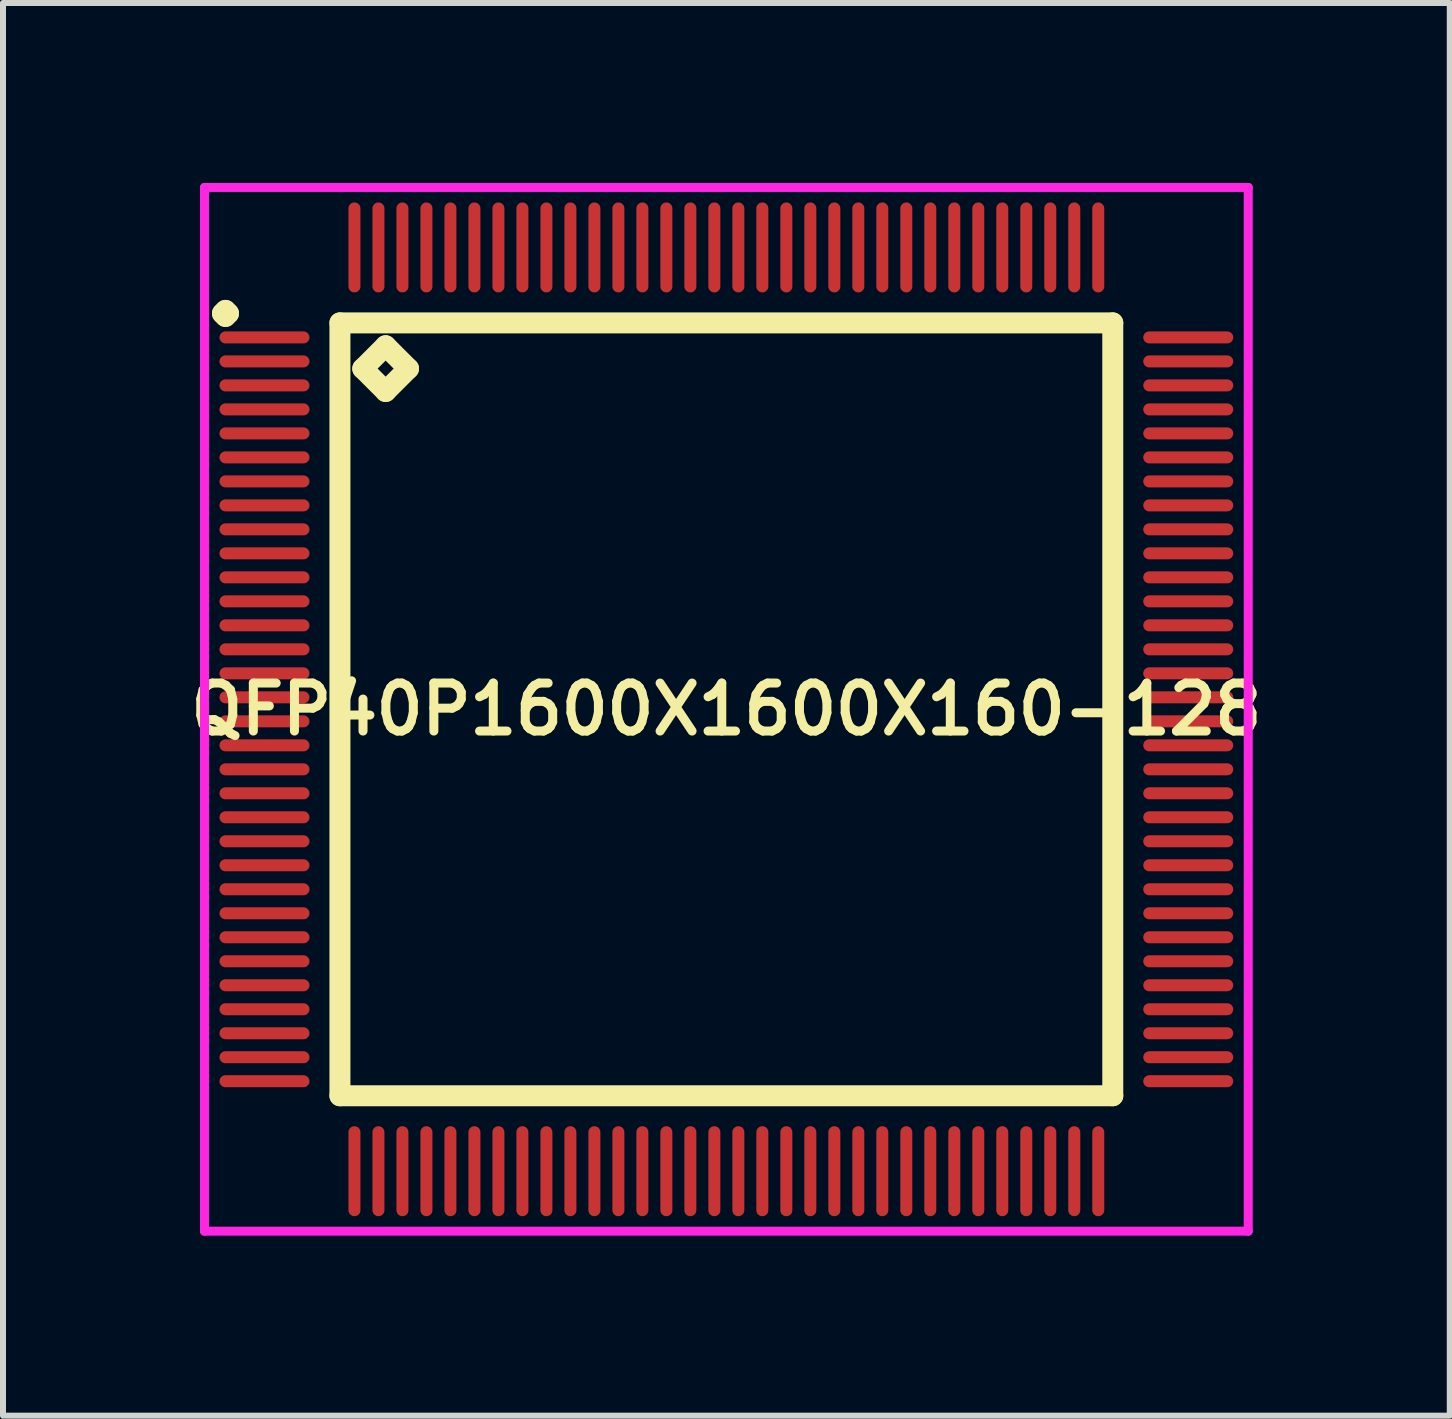
<source format=kicad_pcb>
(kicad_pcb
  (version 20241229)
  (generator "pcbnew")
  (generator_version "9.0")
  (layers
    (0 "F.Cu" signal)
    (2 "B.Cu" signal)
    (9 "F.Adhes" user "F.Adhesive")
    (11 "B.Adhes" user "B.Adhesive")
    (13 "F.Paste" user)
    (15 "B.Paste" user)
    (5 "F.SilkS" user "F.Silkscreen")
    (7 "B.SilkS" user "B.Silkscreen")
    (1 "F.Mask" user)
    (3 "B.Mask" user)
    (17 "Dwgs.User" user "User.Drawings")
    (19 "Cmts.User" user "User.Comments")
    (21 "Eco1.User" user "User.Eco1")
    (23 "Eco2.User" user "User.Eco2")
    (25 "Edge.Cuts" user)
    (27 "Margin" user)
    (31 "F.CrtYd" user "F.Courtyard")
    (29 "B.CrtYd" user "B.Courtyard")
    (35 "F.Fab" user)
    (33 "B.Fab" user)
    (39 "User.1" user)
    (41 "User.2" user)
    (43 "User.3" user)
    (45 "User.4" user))
  (footprint "QFP40P1600X1600X160-128"
    (layer "F.Cu")
    (at 9.059 8.775)
    (property "Reference" "QFP40P1600X1600X160-128" (at 0 0 0) (layer "F.SilkS") (effects (font (size 0.8 0.8) (thickness 0.15))))
    (attr smd)
    (fp_line (start -8.4 -6.6) (end -8.35 -6.65) (stroke (width 0.35) (type solid)) (layer "F.SilkS"))
    (fp_line (start -8.35 -6.65) (end -8.3 -6.6) (stroke (width 0.35) (type solid)) (layer "F.SilkS"))
    (fp_line (start -8.35 -6.55) (end -8.4 -6.6) (stroke (width 0.35) (type solid)) (layer "F.SilkS"))
    (fp_line (start -8.3 -6.6) (end -8.35 -6.55) (stroke (width 0.35) (type solid)) (layer "F.SilkS"))
    (fp_line (start -6.442 -6.442) (end -6.442 6.442) (stroke (width 0.35) (type solid)) (layer "F.SilkS"))
    (fp_line (start -6.442 6.442) (end 6.442 6.442) (stroke (width 0.35) (type solid)) (layer "F.SilkS"))
    (fp_line (start -6.061 -5.68) (end -5.68 -6.061) (stroke (width 0.35) (type solid)) (layer "F.SilkS"))
    (fp_line (start -5.68 -6.061) (end -5.299 -5.68) (stroke (width 0.35) (type solid)) (layer "F.SilkS"))
    (fp_line (start -5.68 -5.299) (end -6.061 -5.68) (stroke (width 0.35) (type solid)) (layer "F.SilkS"))
    (fp_line (start -5.299 -5.68) (end -5.68 -5.299) (stroke (width 0.35) (type solid)) (layer "F.SilkS"))
    (fp_line (start 6.442 -6.442) (end -6.442 -6.442) (stroke (width 0.35) (type solid)) (layer "F.SilkS"))
    (fp_line (start 6.442 6.442) (end 6.442 -6.442) (stroke (width 0.35) (type solid)) (layer "F.SilkS"))
    (fp_line (start -8.7 -8.7) (end 8.7 -8.7) (stroke (width 0.15) (type solid)) (layer "F.CrtYd"))
    (fp_line (start -8.7 8.7) (end -8.7 -8.7) (stroke (width 0.15) (type solid)) (layer "F.CrtYd"))
    (fp_line (start 8.7 -8.7) (end 8.7 8.7) (stroke (width 0.15) (type solid)) (layer "F.CrtYd"))
    (fp_line (start 8.7 8.7) (end -8.7 8.7) (stroke (width 0.15) (type solid)) (layer "F.CrtYd"))
    (pad "1" smd oval (at -7.7 -6.2) (size 1.5 0.2) (layers "F.Cu" "F.Mask" "F.Paste"))
    (pad "2" smd oval (at -7.7 -5.8) (size 1.5 0.2) (layers "F.Cu" "F.Mask" "F.Paste"))
    (pad "3" smd oval (at -7.7 -5.4) (size 1.5 0.2) (layers "F.Cu" "F.Mask" "F.Paste"))
    (pad "4" smd oval (at -7.7 -5) (size 1.5 0.2) (layers "F.Cu" "F.Mask" "F.Paste"))
    (pad "5" smd oval (at -7.7 -4.6) (size 1.5 0.2) (layers "F.Cu" "F.Mask" "F.Paste"))
    (pad "6" smd oval (at -7.7 -4.2) (size 1.5 0.2) (layers "F.Cu" "F.Mask" "F.Paste"))
    (pad "7" smd oval (at -7.7 -3.8) (size 1.5 0.2) (layers "F.Cu" "F.Mask" "F.Paste"))
    (pad "8" smd oval (at -7.7 -3.4) (size 1.5 0.2) (layers "F.Cu" "F.Mask" "F.Paste"))
    (pad "9" smd oval (at -7.7 -3) (size 1.5 0.2) (layers "F.Cu" "F.Mask" "F.Paste"))
    (pad "10" smd oval (at -7.7 -2.6) (size 1.5 0.2) (layers "F.Cu" "F.Mask" "F.Paste"))
    (pad "11" smd oval (at -7.7 -2.2) (size 1.5 0.2) (layers "F.Cu" "F.Mask" "F.Paste"))
    (pad "12" smd oval (at -7.7 -1.8) (size 1.5 0.2) (layers "F.Cu" "F.Mask" "F.Paste"))
    (pad "13" smd oval (at -7.7 -1.4) (size 1.5 0.2) (layers "F.Cu" "F.Mask" "F.Paste"))
    (pad "14" smd oval (at -7.7 -1) (size 1.5 0.2) (layers "F.Cu" "F.Mask" "F.Paste"))
    (pad "15" smd oval (at -7.7 -0.6) (size 1.5 0.2) (layers "F.Cu" "F.Mask" "F.Paste"))
    (pad "16" smd oval (at -7.7 -0.2) (size 1.5 0.2) (layers "F.Cu" "F.Mask" "F.Paste"))
    (pad "17" smd oval (at -7.7 0.2) (size 1.5 0.2) (layers "F.Cu" "F.Mask" "F.Paste"))
    (pad "18" smd oval (at -7.7 0.6) (size 1.5 0.2) (layers "F.Cu" "F.Mask" "F.Paste"))
    (pad "19" smd oval (at -7.7 1) (size 1.5 0.2) (layers "F.Cu" "F.Mask" "F.Paste"))
    (pad "20" smd oval (at -7.7 1.4) (size 1.5 0.2) (layers "F.Cu" "F.Mask" "F.Paste"))
    (pad "21" smd oval (at -7.7 1.8) (size 1.5 0.2) (layers "F.Cu" "F.Mask" "F.Paste"))
    (pad "22" smd oval (at -7.7 2.2) (size 1.5 0.2) (layers "F.Cu" "F.Mask" "F.Paste"))
    (pad "23" smd oval (at -7.7 2.6) (size 1.5 0.2) (layers "F.Cu" "F.Mask" "F.Paste"))
    (pad "24" smd oval (at -7.7 3) (size 1.5 0.2) (layers "F.Cu" "F.Mask" "F.Paste"))
    (pad "25" smd oval (at -7.7 3.4) (size 1.5 0.2) (layers "F.Cu" "F.Mask" "F.Paste"))
    (pad "26" smd oval (at -7.7 3.8) (size 1.5 0.2) (layers "F.Cu" "F.Mask" "F.Paste"))
    (pad "27" smd oval (at -7.7 4.2) (size 1.5 0.2) (layers "F.Cu" "F.Mask" "F.Paste"))
    (pad "28" smd oval (at -7.7 4.6) (size 1.5 0.2) (layers "F.Cu" "F.Mask" "F.Paste"))
    (pad "29" smd oval (at -7.7 5) (size 1.5 0.2) (layers "F.Cu" "F.Mask" "F.Paste"))
    (pad "30" smd oval (at -7.7 5.4) (size 1.5 0.2) (layers "F.Cu" "F.Mask" "F.Paste"))
    (pad "31" smd oval (at -7.7 5.8) (size 1.5 0.2) (layers "F.Cu" "F.Mask" "F.Paste"))
    (pad "32" smd oval (at -7.7 6.2) (size 1.5 0.2) (layers "F.Cu" "F.Mask" "F.Paste"))
    (pad "33" smd oval (at -6.2 7.7) (size 0.2 1.5) (layers "F.Cu" "F.Mask" "F.Paste"))
    (pad "34" smd oval (at -5.8 7.7) (size 0.2 1.5) (layers "F.Cu" "F.Mask" "F.Paste"))
    (pad "35" smd oval (at -5.4 7.7) (size 0.2 1.5) (layers "F.Cu" "F.Mask" "F.Paste"))
    (pad "36" smd oval (at -5 7.7) (size 0.2 1.5) (layers "F.Cu" "F.Mask" "F.Paste"))
    (pad "37" smd oval (at -4.6 7.7) (size 0.2 1.5) (layers "F.Cu" "F.Mask" "F.Paste"))
    (pad "38" smd oval (at -4.2 7.7) (size 0.2 1.5) (layers "F.Cu" "F.Mask" "F.Paste"))
    (pad "39" smd oval (at -3.8 7.7) (size 0.2 1.5) (layers "F.Cu" "F.Mask" "F.Paste"))
    (pad "40" smd oval (at -3.4 7.7) (size 0.2 1.5) (layers "F.Cu" "F.Mask" "F.Paste"))
    (pad "41" smd oval (at -3 7.7) (size 0.2 1.5) (layers "F.Cu" "F.Mask" "F.Paste"))
    (pad "42" smd oval (at -2.6 7.7) (size 0.2 1.5) (layers "F.Cu" "F.Mask" "F.Paste"))
    (pad "43" smd oval (at -2.2 7.7) (size 0.2 1.5) (layers "F.Cu" "F.Mask" "F.Paste"))
    (pad "44" smd oval (at -1.8 7.7) (size 0.2 1.5) (layers "F.Cu" "F.Mask" "F.Paste"))
    (pad "45" smd oval (at -1.4 7.7) (size 0.2 1.5) (layers "F.Cu" "F.Mask" "F.Paste"))
    (pad "46" smd oval (at -1 7.7) (size 0.2 1.5) (layers "F.Cu" "F.Mask" "F.Paste"))
    (pad "47" smd oval (at -0.6 7.7) (size 0.2 1.5) (layers "F.Cu" "F.Mask" "F.Paste"))
    (pad "48" smd oval (at -0.2 7.7) (size 0.2 1.5) (layers "F.Cu" "F.Mask" "F.Paste"))
    (pad "49" smd oval (at 0.2 7.7) (size 0.2 1.5) (layers "F.Cu" "F.Mask" "F.Paste"))
    (pad "50" smd oval (at 0.6 7.7) (size 0.2 1.5) (layers "F.Cu" "F.Mask" "F.Paste"))
    (pad "51" smd oval (at 1 7.7) (size 0.2 1.5) (layers "F.Cu" "F.Mask" "F.Paste"))
    (pad "52" smd oval (at 1.4 7.7) (size 0.2 1.5) (layers "F.Cu" "F.Mask" "F.Paste"))
    (pad "53" smd oval (at 1.8 7.7) (size 0.2 1.5) (layers "F.Cu" "F.Mask" "F.Paste"))
    (pad "54" smd oval (at 2.2 7.7) (size 0.2 1.5) (layers "F.Cu" "F.Mask" "F.Paste"))
    (pad "55" smd oval (at 2.6 7.7) (size 0.2 1.5) (layers "F.Cu" "F.Mask" "F.Paste"))
    (pad "56" smd oval (at 3 7.7) (size 0.2 1.5) (layers "F.Cu" "F.Mask" "F.Paste"))
    (pad "57" smd oval (at 3.4 7.7) (size 0.2 1.5) (layers "F.Cu" "F.Mask" "F.Paste"))
    (pad "58" smd oval (at 3.8 7.7) (size 0.2 1.5) (layers "F.Cu" "F.Mask" "F.Paste"))
    (pad "59" smd oval (at 4.2 7.7) (size 0.2 1.5) (layers "F.Cu" "F.Mask" "F.Paste"))
    (pad "60" smd oval (at 4.6 7.7) (size 0.2 1.5) (layers "F.Cu" "F.Mask" "F.Paste"))
    (pad "61" smd oval (at 5 7.7) (size 0.2 1.5) (layers "F.Cu" "F.Mask" "F.Paste"))
    (pad "62" smd oval (at 5.4 7.7) (size 0.2 1.5) (layers "F.Cu" "F.Mask" "F.Paste"))
    (pad "63" smd oval (at 5.8 7.7) (size 0.2 1.5) (layers "F.Cu" "F.Mask" "F.Paste"))
    (pad "64" smd oval (at 6.2 7.7) (size 0.2 1.5) (layers "F.Cu" "F.Mask" "F.Paste"))
    (pad "65" smd oval (at 7.7 6.2) (size 1.5 0.2) (layers "F.Cu" "F.Mask" "F.Paste"))
    (pad "66" smd oval (at 7.7 5.8) (size 1.5 0.2) (layers "F.Cu" "F.Mask" "F.Paste"))
    (pad "67" smd oval (at 7.7 5.4) (size 1.5 0.2) (layers "F.Cu" "F.Mask" "F.Paste"))
    (pad "68" smd oval (at 7.7 5) (size 1.5 0.2) (layers "F.Cu" "F.Mask" "F.Paste"))
    (pad "69" smd oval (at 7.7 4.6) (size 1.5 0.2) (layers "F.Cu" "F.Mask" "F.Paste"))
    (pad "70" smd oval (at 7.7 4.2) (size 1.5 0.2) (layers "F.Cu" "F.Mask" "F.Paste"))
    (pad "71" smd oval (at 7.7 3.8) (size 1.5 0.2) (layers "F.Cu" "F.Mask" "F.Paste"))
    (pad "72" smd oval (at 7.7 3.4) (size 1.5 0.2) (layers "F.Cu" "F.Mask" "F.Paste"))
    (pad "73" smd oval (at 7.7 3) (size 1.5 0.2) (layers "F.Cu" "F.Mask" "F.Paste"))
    (pad "74" smd oval (at 7.7 2.6) (size 1.5 0.2) (layers "F.Cu" "F.Mask" "F.Paste"))
    (pad "75" smd oval (at 7.7 2.2) (size 1.5 0.2) (layers "F.Cu" "F.Mask" "F.Paste"))
    (pad "76" smd oval (at 7.7 1.8) (size 1.5 0.2) (layers "F.Cu" "F.Mask" "F.Paste"))
    (pad "77" smd oval (at 7.7 1.4) (size 1.5 0.2) (layers "F.Cu" "F.Mask" "F.Paste"))
    (pad "78" smd oval (at 7.7 1) (size 1.5 0.2) (layers "F.Cu" "F.Mask" "F.Paste"))
    (pad "79" smd oval (at 7.7 0.6) (size 1.5 0.2) (layers "F.Cu" "F.Mask" "F.Paste"))
    (pad "80" smd oval (at 7.7 0.2) (size 1.5 0.2) (layers "F.Cu" "F.Mask" "F.Paste"))
    (pad "81" smd oval (at 7.7 -0.2) (size 1.5 0.2) (layers "F.Cu" "F.Mask" "F.Paste"))
    (pad "82" smd oval (at 7.7 -0.6) (size 1.5 0.2) (layers "F.Cu" "F.Mask" "F.Paste"))
    (pad "83" smd oval (at 7.7 -1) (size 1.5 0.2) (layers "F.Cu" "F.Mask" "F.Paste"))
    (pad "84" smd oval (at 7.7 -1.4) (size 1.5 0.2) (layers "F.Cu" "F.Mask" "F.Paste"))
    (pad "85" smd oval (at 7.7 -1.8) (size 1.5 0.2) (layers "F.Cu" "F.Mask" "F.Paste"))
    (pad "86" smd oval (at 7.7 -2.2) (size 1.5 0.2) (layers "F.Cu" "F.Mask" "F.Paste"))
    (pad "87" smd oval (at 7.7 -2.6) (size 1.5 0.2) (layers "F.Cu" "F.Mask" "F.Paste"))
    (pad "88" smd oval (at 7.7 -3) (size 1.5 0.2) (layers "F.Cu" "F.Mask" "F.Paste"))
    (pad "89" smd oval (at 7.7 -3.4) (size 1.5 0.2) (layers "F.Cu" "F.Mask" "F.Paste"))
    (pad "90" smd oval (at 7.7 -3.8) (size 1.5 0.2) (layers "F.Cu" "F.Mask" "F.Paste"))
    (pad "91" smd oval (at 7.7 -4.2) (size 1.5 0.2) (layers "F.Cu" "F.Mask" "F.Paste"))
    (pad "92" smd oval (at 7.7 -4.6) (size 1.5 0.2) (layers "F.Cu" "F.Mask" "F.Paste"))
    (pad "93" smd oval (at 7.7 -5) (size 1.5 0.2) (layers "F.Cu" "F.Mask" "F.Paste"))
    (pad "94" smd oval (at 7.7 -5.4) (size 1.5 0.2) (layers "F.Cu" "F.Mask" "F.Paste"))
    (pad "95" smd oval (at 7.7 -5.8) (size 1.5 0.2) (layers "F.Cu" "F.Mask" "F.Paste"))
    (pad "96" smd oval (at 7.7 -6.2) (size 1.5 0.2) (layers "F.Cu" "F.Mask" "F.Paste"))
    (pad "97" smd oval (at 6.2 -7.7) (size 0.2 1.5) (layers "F.Cu" "F.Mask" "F.Paste"))
    (pad "98" smd oval (at 5.8 -7.7) (size 0.2 1.5) (layers "F.Cu" "F.Mask" "F.Paste"))
    (pad "99" smd oval (at 5.4 -7.7) (size 0.2 1.5) (layers "F.Cu" "F.Mask" "F.Paste"))
    (pad "100" smd oval (at 5 -7.7) (size 0.2 1.5) (layers "F.Cu" "F.Mask" "F.Paste"))
    (pad "101" smd oval (at 4.6 -7.7) (size 0.2 1.5) (layers "F.Cu" "F.Mask" "F.Paste"))
    (pad "102" smd oval (at 4.2 -7.7) (size 0.2 1.5) (layers "F.Cu" "F.Mask" "F.Paste"))
    (pad "103" smd oval (at 3.8 -7.7) (size 0.2 1.5) (layers "F.Cu" "F.Mask" "F.Paste"))
    (pad "104" smd oval (at 3.4 -7.7) (size 0.2 1.5) (layers "F.Cu" "F.Mask" "F.Paste"))
    (pad "105" smd oval (at 3 -7.7) (size 0.2 1.5) (layers "F.Cu" "F.Mask" "F.Paste"))
    (pad "106" smd oval (at 2.6 -7.7) (size 0.2 1.5) (layers "F.Cu" "F.Mask" "F.Paste"))
    (pad "107" smd oval (at 2.2 -7.7) (size 0.2 1.5) (layers "F.Cu" "F.Mask" "F.Paste"))
    (pad "108" smd oval (at 1.8 -7.7) (size 0.2 1.5) (layers "F.Cu" "F.Mask" "F.Paste"))
    (pad "109" smd oval (at 1.4 -7.7) (size 0.2 1.5) (layers "F.Cu" "F.Mask" "F.Paste"))
    (pad "110" smd oval (at 1 -7.7) (size 0.2 1.5) (layers "F.Cu" "F.Mask" "F.Paste"))
    (pad "111" smd oval (at 0.6 -7.7) (size 0.2 1.5) (layers "F.Cu" "F.Mask" "F.Paste"))
    (pad "112" smd oval (at 0.2 -7.7) (size 0.2 1.5) (layers "F.Cu" "F.Mask" "F.Paste"))
    (pad "113" smd oval (at -0.2 -7.7) (size 0.2 1.5) (layers "F.Cu" "F.Mask" "F.Paste"))
    (pad "114" smd oval (at -0.6 -7.7) (size 0.2 1.5) (layers "F.Cu" "F.Mask" "F.Paste"))
    (pad "115" smd oval (at -1 -7.7) (size 0.2 1.5) (layers "F.Cu" "F.Mask" "F.Paste"))
    (pad "116" smd oval (at -1.4 -7.7) (size 0.2 1.5) (layers "F.Cu" "F.Mask" "F.Paste"))
    (pad "117" smd oval (at -1.8 -7.7) (size 0.2 1.5) (layers "F.Cu" "F.Mask" "F.Paste"))
    (pad "118" smd oval (at -2.2 -7.7) (size 0.2 1.5) (layers "F.Cu" "F.Mask" "F.Paste"))
    (pad "119" smd oval (at -2.6 -7.7) (size 0.2 1.5) (layers "F.Cu" "F.Mask" "F.Paste"))
    (pad "120" smd oval (at -3 -7.7) (size 0.2 1.5) (layers "F.Cu" "F.Mask" "F.Paste"))
    (pad "121" smd oval (at -3.4 -7.7) (size 0.2 1.5) (layers "F.Cu" "F.Mask" "F.Paste"))
    (pad "122" smd oval (at -3.8 -7.7) (size 0.2 1.5) (layers "F.Cu" "F.Mask" "F.Paste"))
    (pad "123" smd oval (at -4.2 -7.7) (size 0.2 1.5) (layers "F.Cu" "F.Mask" "F.Paste"))
    (pad "124" smd oval (at -4.6 -7.7) (size 0.2 1.5) (layers "F.Cu" "F.Mask" "F.Paste"))
    (pad "125" smd oval (at -5 -7.7) (size 0.2 1.5) (layers "F.Cu" "F.Mask" "F.Paste"))
    (pad "126" smd oval (at -5.4 -7.7) (size 0.2 1.5) (layers "F.Cu" "F.Mask" "F.Paste"))
    (pad "127" smd oval (at -5.8 -7.7) (size 0.2 1.5) (layers "F.Cu" "F.Mask" "F.Paste"))
    (pad "128" smd oval (at -6.2 -7.7) (size 0.2 1.5) (layers "F.Cu" "F.Mask" "F.Paste")))
  (gr_rect
    (start -3 -3)
    (end 21.119 20.55)
    (stroke (width 0.1) (type default))
    (fill no)
    (layer "Edge.Cuts")))
</source>
